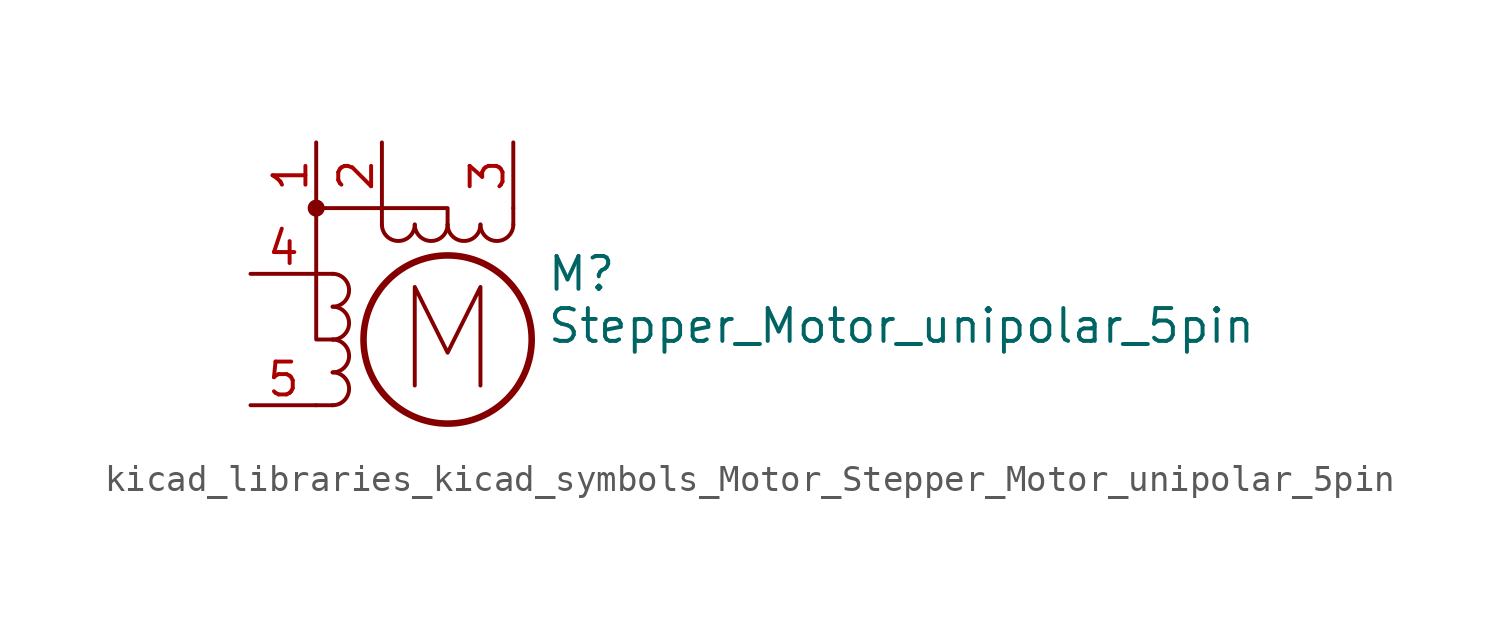
<source format=kicad_sym>
(kicad_symbol_lib
  (version 20220914)
  (generator kicad_symbol_editor)
  (symbol "kicad_libraries_kicad_symbols_Motor_Stepper_Motor_unipolar_5pin"
    (pin_names
      (offset 0) hide)
    (property "Reference" "M"
      (at 3.81 2.54 0)
      (effects (font (size 1.27 1.27)) (justify left)))
    (property "Value" "Stepper_Motor_unipolar_5pin"
      (at 3.81 1.27 0)
      (effects (font (size 1.27 1.27)) (justify left top)))
    (symbol "kicad_libraries_kicad_symbols_Motor_Stepper_Motor_unipolar_5pin_0_0"
      (polyline (pts (xy -1.27 -1.778) (xy -1.27 2.032) (xy 0 -0.508) (xy 1.27 2.032) (xy 1.27 -1.778)) (stroke (width 0) (type default)) (fill (type none))))
    (symbol "kicad_libraries_kicad_symbols_Motor_Stepper_Motor_unipolar_5pin_0_1"
      (circle (center -5.08 5.08) (radius 0.0001) (stroke (width 0) (type default)) (fill (type outline)))
      (circle (center -5.08 5.08) (radius 0.254) (stroke (width 0) (type default)) (fill (type outline)))
      (arc (start -4.445 -2.54) (mid -3.8127 -1.905) (end -4.445 -1.27) (stroke (width 0) (type default)) (fill (type none)))
      (arc (start -4.445 -1.27) (mid -3.8127 -0.635) (end -4.445 0) (stroke (width 0) (type default)) (fill (type none)))
      (arc (start -4.445 0) (mid -3.8127 0.635) (end -4.445 1.27) (stroke (width 0) (type default)) (fill (type none)))
      (arc (start -4.445 1.27) (mid -3.8127 1.905) (end -4.445 2.54) (stroke (width 0) (type default)) (fill (type none)))
      (arc (start -2.54 4.445) (mid -1.905 3.8127) (end -1.27 4.445) (stroke (width 0) (type default)) (fill (type none)))
      (arc (start -1.27 4.445) (mid -0.635 3.8127) (end 0 4.445) (stroke (width 0) (type default)) (fill (type none)))
      (polyline (pts (xy -5.08 -2.54) (xy -4.445 -2.54)) (stroke (width 0) (type default)) (fill (type none)))
      (polyline (pts (xy -5.08 2.54) (xy -4.445 2.54)) (stroke (width 0) (type default)) (fill (type none)))
      (polyline (pts (xy -2.54 4.445) (xy -2.54 5.08)) (stroke (width 0) (type default)) (fill (type none)))
      (polyline (pts (xy 2.54 4.445) (xy 2.54 5.08)) (stroke (width 0) (type default)) (fill (type none)))
      (polyline (pts (xy -5.08 5.08) (xy -5.08 0) (xy -4.445 0)) (stroke (width 0) (type default)) (fill (type none)))
      (polyline (pts (xy 0 4.445) (xy 0 5.08) (xy -5.08 5.08)) (stroke (width 0) (type default)) (fill (type none)))
      (circle (center 0 0) (radius 3.251) (stroke (width 0.254) (type default)) (fill (type none)))
      (arc (start 0 4.445) (mid 0.635 3.8127) (end 1.27 4.445) (stroke (width 0) (type default)) (fill (type none)))
      (arc (start 1.27 4.445) (mid 1.905 3.8127) (end 2.54 4.445) (stroke (width 0) (type default)) (fill (type none))))
    (symbol "kicad_libraries_kicad_symbols_Motor_Stepper_Motor_unipolar_5pin_1_1"
      (pin passive line (at -5.08 7.62 270) (length 2.54) (name "~" (effects (font (size 1.27 1.27)))) (number "1" (effects (font (size 1.27 1.27)))))
      (pin passive line (at -2.54 7.62 270) (length 2.54) (name "~" (effects (font (size 1.27 1.27)))) (number "2" (effects (font (size 1.27 1.27)))))
      (pin passive line (at 2.54 7.62 270) (length 2.54) (name "-" (effects (font (size 1.27 1.27)))) (number "3" (effects (font (size 1.27 1.27)))))
      (pin passive line (at -7.62 2.54 0) (length 2.54) (name "~" (effects (font (size 1.27 1.27)))) (number "4" (effects (font (size 1.27 1.27)))))
      (pin passive line (at -7.62 -2.54 0) (length 2.54) (name "~" (effects (font (size 1.27 1.27)))) (number "5" (effects (font (size 1.27 1.27))))))))
</source>
